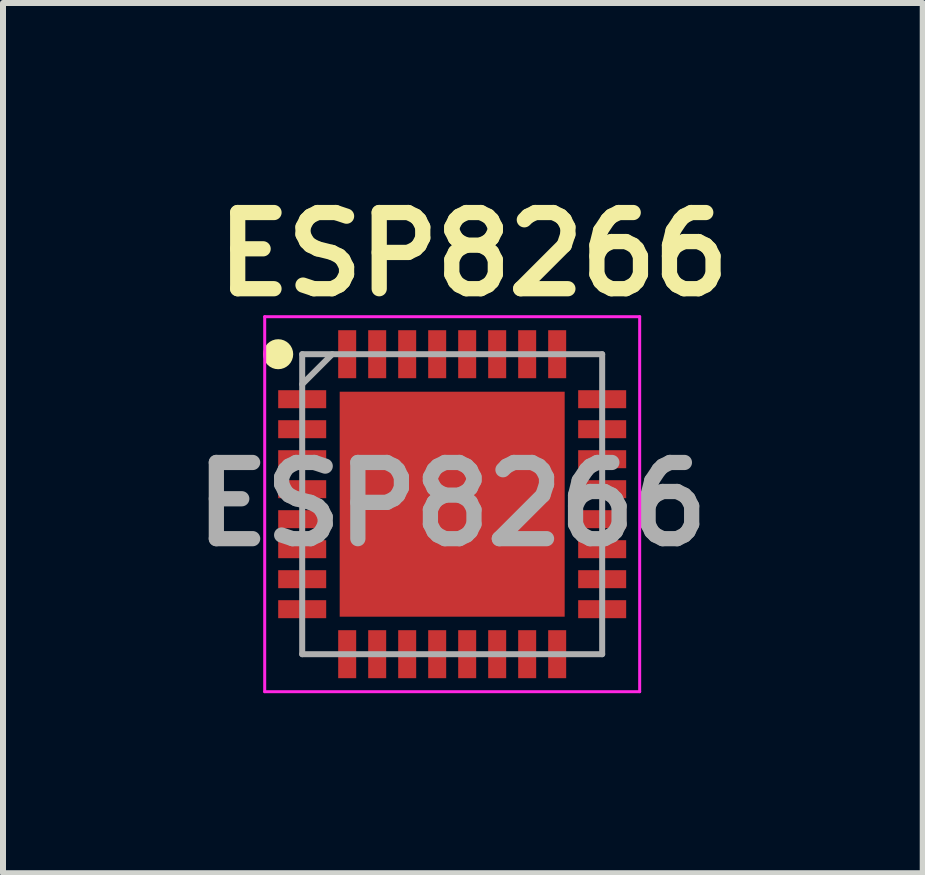
<source format=kicad_pcb>
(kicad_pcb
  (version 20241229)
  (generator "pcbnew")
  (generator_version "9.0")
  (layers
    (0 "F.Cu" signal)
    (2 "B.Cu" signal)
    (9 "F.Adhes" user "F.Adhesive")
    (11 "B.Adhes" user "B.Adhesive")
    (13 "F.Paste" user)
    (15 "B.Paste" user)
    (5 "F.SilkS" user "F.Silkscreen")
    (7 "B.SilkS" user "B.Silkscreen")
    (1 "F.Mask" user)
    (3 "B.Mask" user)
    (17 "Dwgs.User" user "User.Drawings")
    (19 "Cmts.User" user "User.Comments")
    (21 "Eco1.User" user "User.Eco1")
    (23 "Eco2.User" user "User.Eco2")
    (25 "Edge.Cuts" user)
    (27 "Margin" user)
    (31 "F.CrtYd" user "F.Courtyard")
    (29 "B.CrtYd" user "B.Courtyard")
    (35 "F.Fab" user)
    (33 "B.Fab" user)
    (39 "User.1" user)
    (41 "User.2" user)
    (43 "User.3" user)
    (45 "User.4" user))
  (footprint "ESP8266"
    (layer "F.Cu")
    (at 4.487 5.354)
    (property "Reference" "ESP8266" (at 0.356 -4.166 0) (layer "F.SilkS") (effects (font (size 1.27 1.27) (thickness 0.254))))
    (attr smd)
    (fp_circle (center -2.9 -2.5) (end -2.9 -2.375) (stroke (width 0.25) (type solid)) (fill no) (layer "F.SilkS"))
    (fp_line (start -3.125 -3.125) (end 3.125 -3.125) (stroke (width 0.05) (type solid)) (layer "F.CrtYd"))
    (fp_line (start -3.125 3.125) (end -3.125 -3.125) (stroke (width 0.05) (type solid)) (layer "F.CrtYd"))
    (fp_line (start 3.125 -3.125) (end 3.125 3.125) (stroke (width 0.05) (type solid)) (layer "F.CrtYd"))
    (fp_line (start 3.125 3.125) (end -3.125 3.125) (stroke (width 0.05) (type solid)) (layer "F.CrtYd"))
    (fp_line (start -2.5 -2.5) (end 2.5 -2.5) (stroke (width 0.1) (type solid)) (layer "F.Fab"))
    (fp_line (start -2.5 -2) (end -2 -2.5) (stroke (width 0.1) (type solid)) (layer "F.Fab"))
    (fp_line (start -2.5 2.5) (end -2.5 -2.5) (stroke (width 0.1) (type solid)) (layer "F.Fab"))
    (fp_line (start 2.5 -2.5) (end 2.5 2.5) (stroke (width 0.1) (type solid)) (layer "F.Fab"))
    (fp_line (start 2.5 2.5) (end -2.5 2.5) (stroke (width 0.1) (type solid)) (layer "F.Fab"))
    (fp_text user "${REFERENCE}" (at 0 0 0) (layer "F.Fab") (effects (font (size 1.27 1.27) (thickness 0.254))))
    (pad "1" smd rect (at -2.5 -1.75 90) (size 0.3 0.8) (layers "F.Cu" "F.Mask" "F.Paste"))
    (pad "2" smd rect (at -2.5 -1.25 90) (size 0.3 0.8) (layers "F.Cu" "F.Mask" "F.Paste"))
    (pad "3" smd rect (at -2.5 -0.75 90) (size 0.3 0.8) (layers "F.Cu" "F.Mask" "F.Paste"))
    (pad "4" smd rect (at -2.5 -0.25 90) (size 0.3 0.8) (layers "F.Cu" "F.Mask" "F.Paste"))
    (pad "5" smd rect (at -2.5 0.25 90) (size 0.3 0.8) (layers "F.Cu" "F.Mask" "F.Paste"))
    (pad "6" smd rect (at -2.5 0.75 90) (size 0.3 0.8) (layers "F.Cu" "F.Mask" "F.Paste"))
    (pad "7" smd rect (at -2.5 1.25 90) (size 0.3 0.8) (layers "F.Cu" "F.Mask" "F.Paste"))
    (pad "8" smd rect (at -2.5 1.75 90) (size 0.3 0.8) (layers "F.Cu" "F.Mask" "F.Paste"))
    (pad "9" smd rect (at -1.75 2.5) (size 0.3 0.8) (layers "F.Cu" "F.Mask" "F.Paste"))
    (pad "10" smd rect (at -1.25 2.5) (size 0.3 0.8) (layers "F.Cu" "F.Mask" "F.Paste"))
    (pad "11" smd rect (at -0.75 2.5) (size 0.3 0.8) (layers "F.Cu" "F.Mask" "F.Paste"))
    (pad "12" smd rect (at -0.25 2.5) (size 0.3 0.8) (layers "F.Cu" "F.Mask" "F.Paste"))
    (pad "13" smd rect (at 0.25 2.5) (size 0.3 0.8) (layers "F.Cu" "F.Mask" "F.Paste"))
    (pad "14" smd rect (at 0.75 2.5) (size 0.3 0.8) (layers "F.Cu" "F.Mask" "F.Paste"))
    (pad "15" smd rect (at 1.25 2.5) (size 0.3 0.8) (layers "F.Cu" "F.Mask" "F.Paste"))
    (pad "16" smd rect (at 1.75 2.5) (size 0.3 0.8) (layers "F.Cu" "F.Mask" "F.Paste"))
    (pad "17" smd rect (at 2.5 1.75 90) (size 0.3 0.8) (layers "F.Cu" "F.Mask" "F.Paste"))
    (pad "18" smd rect (at 2.5 1.25 90) (size 0.3 0.8) (layers "F.Cu" "F.Mask" "F.Paste"))
    (pad "19" smd rect (at 2.5 0.75 90) (size 0.3 0.8) (layers "F.Cu" "F.Mask" "F.Paste"))
    (pad "20" smd rect (at 2.5 0.25 90) (size 0.3 0.8) (layers "F.Cu" "F.Mask" "F.Paste"))
    (pad "21" smd rect (at 2.5 -0.25 90) (size 0.3 0.8) (layers "F.Cu" "F.Mask" "F.Paste"))
    (pad "22" smd rect (at 2.5 -0.75 90) (size 0.3 0.8) (layers "F.Cu" "F.Mask" "F.Paste"))
    (pad "23" smd rect (at 2.5 -1.25 90) (size 0.3 0.8) (layers "F.Cu" "F.Mask" "F.Paste"))
    (pad "24" smd rect (at 2.5 -1.75 90) (size 0.3 0.8) (layers "F.Cu" "F.Mask" "F.Paste"))
    (pad "25" smd rect (at 1.75 -2.5) (size 0.3 0.8) (layers "F.Cu" "F.Mask" "F.Paste"))
    (pad "26" smd rect (at 1.25 -2.5) (size 0.3 0.8) (layers "F.Cu" "F.Mask" "F.Paste"))
    (pad "27" smd rect (at 0.75 -2.5) (size 0.3 0.8) (layers "F.Cu" "F.Mask" "F.Paste"))
    (pad "28" smd rect (at 0.25 -2.5) (size 0.3 0.8) (layers "F.Cu" "F.Mask" "F.Paste"))
    (pad "29" smd rect (at -0.25 -2.5) (size 0.3 0.8) (layers "F.Cu" "F.Mask" "F.Paste"))
    (pad "30" smd rect (at -0.75 -2.5) (size 0.3 0.8) (layers "F.Cu" "F.Mask" "F.Paste"))
    (pad "31" smd rect (at -1.25 -2.5) (size 0.3 0.8) (layers "F.Cu" "F.Mask" "F.Paste"))
    (pad "32" smd rect (at -1.75 -2.5) (size 0.3 0.8) (layers "F.Cu" "F.Mask" "F.Paste"))
    (pad "33" smd rect (at 0 0) (size 3.75 3.75) (layers "F.Cu" "F.Mask" "F.Paste")))
  (gr_rect
    (start -3 -3)
    (end 12.33 11.504)
    (stroke (width 0.1) (type default))
    (fill no)
    (layer "Edge.Cuts")))
</source>
